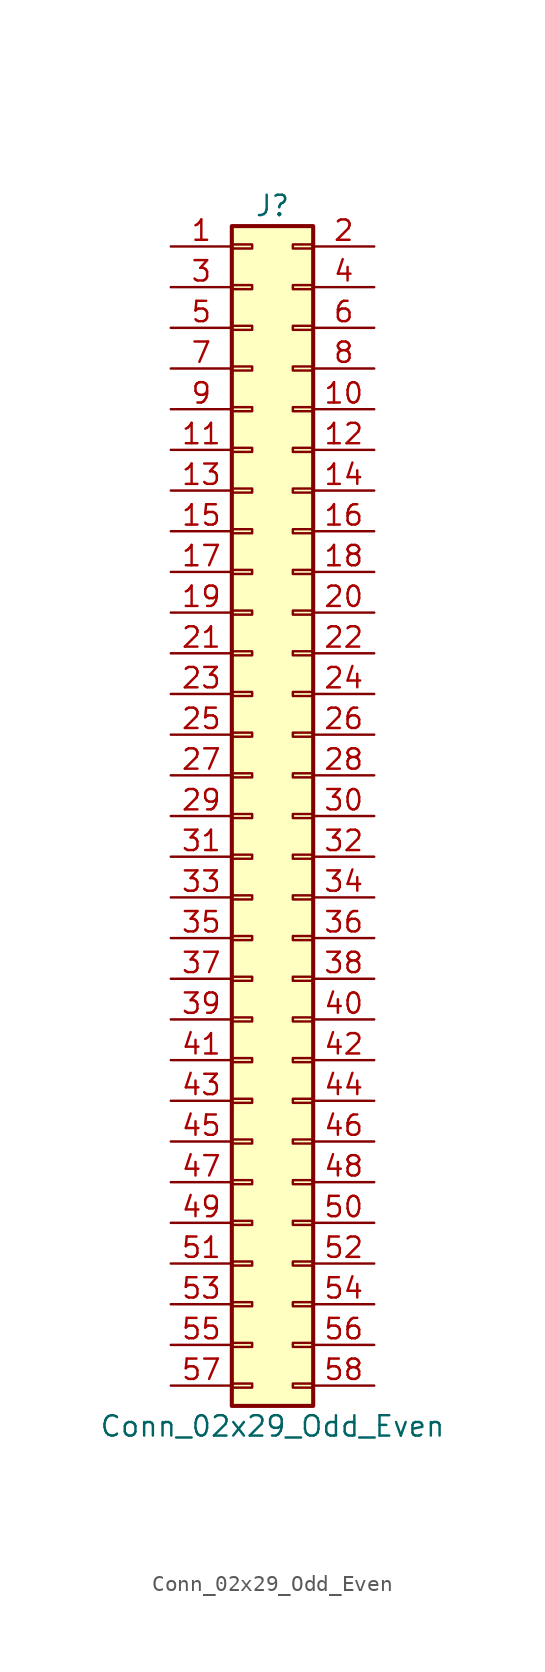
<source format=kicad_sym>
(kicad_symbol_lib
  (version 20201005)
  (generator kicad_symbol_editor)
  (symbol "Conn_02x29_Odd_Even"
    (pin_names
      (offset 1.016) hide)
    (property "Reference" "J"
      (at 1.27 38.1 0)
      (effects (font (size 1.27 1.27))))
    (property "Value" "Conn_02x29_Odd_Even"
      (at 1.27 -38.1 0)
      (effects (font (size 1.27 1.27))))
    (symbol "Conn_02x29_Odd_Even_1_1"
      (rectangle (start -1.27 -35.433) (end 0 -35.687) (stroke (width 0.152)) (fill (type none)))
      (rectangle (start -1.27 -32.893) (end 0 -33.147) (stroke (width 0.152)) (fill (type none)))
      (rectangle (start -1.27 -30.353) (end 0 -30.607) (stroke (width 0.152)) (fill (type none)))
      (rectangle (start -1.27 -27.813) (end 0 -28.067) (stroke (width 0.152)) (fill (type none)))
      (rectangle (start -1.27 -25.273) (end 0 -25.527) (stroke (width 0.152)) (fill (type none)))
      (rectangle (start -1.27 -22.733) (end 0 -22.987) (stroke (width 0.152)) (fill (type none)))
      (rectangle (start -1.27 -20.193) (end 0 -20.447) (stroke (width 0.152)) (fill (type none)))
      (rectangle (start -1.27 -17.653) (end 0 -17.907) (stroke (width 0.152)) (fill (type none)))
      (rectangle (start -1.27 -15.113) (end 0 -15.367) (stroke (width 0.152)) (fill (type none)))
      (rectangle (start -1.27 -12.573) (end 0 -12.827) (stroke (width 0.152)) (fill (type none)))
      (rectangle (start -1.27 -10.033) (end 0 -10.287) (stroke (width 0.152)) (fill (type none)))
      (rectangle (start -1.27 -7.493) (end 0 -7.747) (stroke (width 0.152)) (fill (type none)))
      (rectangle (start -1.27 -4.953) (end 0 -5.207) (stroke (width 0.152)) (fill (type none)))
      (rectangle (start -1.27 -2.413) (end 0 -2.667) (stroke (width 0.152)) (fill (type none)))
      (rectangle (start -1.27 0.127) (end 0 -0.127) (stroke (width 0.152)) (fill (type none)))
      (rectangle (start -1.27 2.667) (end 0 2.413) (stroke (width 0.152)) (fill (type none)))
      (rectangle (start -1.27 5.207) (end 0 4.953) (stroke (width 0.152)) (fill (type none)))
      (rectangle (start -1.27 7.747) (end 0 7.493) (stroke (width 0.152)) (fill (type none)))
      (rectangle (start -1.27 10.287) (end 0 10.033) (stroke (width 0.152)) (fill (type none)))
      (rectangle (start -1.27 12.827) (end 0 12.573) (stroke (width 0.152)) (fill (type none)))
      (rectangle (start -1.27 15.367) (end 0 15.113) (stroke (width 0.152)) (fill (type none)))
      (rectangle (start -1.27 17.907) (end 0 17.653) (stroke (width 0.152)) (fill (type none)))
      (rectangle (start -1.27 20.447) (end 0 20.193) (stroke (width 0.152)) (fill (type none)))
      (rectangle (start -1.27 22.987) (end 0 22.733) (stroke (width 0.152)) (fill (type none)))
      (rectangle (start -1.27 25.527) (end 0 25.273) (stroke (width 0.152)) (fill (type none)))
      (rectangle (start -1.27 28.067) (end 0 27.813) (stroke (width 0.152)) (fill (type none)))
      (rectangle (start -1.27 30.607) (end 0 30.353) (stroke (width 0.152)) (fill (type none)))
      (rectangle (start -1.27 33.147) (end 0 32.893) (stroke (width 0.152)) (fill (type none)))
      (rectangle (start -1.27 35.687) (end 0 35.433) (stroke (width 0.152)) (fill (type none)))
      (rectangle (start -1.27 36.83) (end 3.81 -36.83) (stroke (width 0.254)) (fill (type background)))
      (rectangle (start 3.81 -35.433) (end 2.54 -35.687) (stroke (width 0.152)) (fill (type none)))
      (rectangle (start 3.81 -32.893) (end 2.54 -33.147) (stroke (width 0.152)) (fill (type none)))
      (rectangle (start 3.81 -30.353) (end 2.54 -30.607) (stroke (width 0.152)) (fill (type none)))
      (rectangle (start 3.81 -27.813) (end 2.54 -28.067) (stroke (width 0.152)) (fill (type none)))
      (rectangle (start 3.81 -25.273) (end 2.54 -25.527) (stroke (width 0.152)) (fill (type none)))
      (rectangle (start 3.81 -22.733) (end 2.54 -22.987) (stroke (width 0.152)) (fill (type none)))
      (rectangle (start 3.81 -20.193) (end 2.54 -20.447) (stroke (width 0.152)) (fill (type none)))
      (rectangle (start 3.81 -17.653) (end 2.54 -17.907) (stroke (width 0.152)) (fill (type none)))
      (rectangle (start 3.81 -15.113) (end 2.54 -15.367) (stroke (width 0.152)) (fill (type none)))
      (rectangle (start 3.81 -12.573) (end 2.54 -12.827) (stroke (width 0.152)) (fill (type none)))
      (rectangle (start 3.81 -10.033) (end 2.54 -10.287) (stroke (width 0.152)) (fill (type none)))
      (rectangle (start 3.81 -7.493) (end 2.54 -7.747) (stroke (width 0.152)) (fill (type none)))
      (rectangle (start 3.81 -4.953) (end 2.54 -5.207) (stroke (width 0.152)) (fill (type none)))
      (rectangle (start 3.81 -2.413) (end 2.54 -2.667) (stroke (width 0.152)) (fill (type none)))
      (rectangle (start 3.81 0.127) (end 2.54 -0.127) (stroke (width 0.152)) (fill (type none)))
      (rectangle (start 3.81 2.667) (end 2.54 2.413) (stroke (width 0.152)) (fill (type none)))
      (rectangle (start 3.81 5.207) (end 2.54 4.953) (stroke (width 0.152)) (fill (type none)))
      (rectangle (start 3.81 7.747) (end 2.54 7.493) (stroke (width 0.152)) (fill (type none)))
      (rectangle (start 3.81 10.287) (end 2.54 10.033) (stroke (width 0.152)) (fill (type none)))
      (rectangle (start 3.81 12.827) (end 2.54 12.573) (stroke (width 0.152)) (fill (type none)))
      (rectangle (start 3.81 15.367) (end 2.54 15.113) (stroke (width 0.152)) (fill (type none)))
      (rectangle (start 3.81 17.907) (end 2.54 17.653) (stroke (width 0.152)) (fill (type none)))
      (rectangle (start 3.81 20.447) (end 2.54 20.193) (stroke (width 0.152)) (fill (type none)))
      (rectangle (start 3.81 22.987) (end 2.54 22.733) (stroke (width 0.152)) (fill (type none)))
      (rectangle (start 3.81 25.527) (end 2.54 25.273) (stroke (width 0.152)) (fill (type none)))
      (rectangle (start 3.81 28.067) (end 2.54 27.813) (stroke (width 0.152)) (fill (type none)))
      (rectangle (start 3.81 30.607) (end 2.54 30.353) (stroke (width 0.152)) (fill (type none)))
      (rectangle (start 3.81 33.147) (end 2.54 32.893) (stroke (width 0.152)) (fill (type none)))
      (rectangle (start 3.81 35.687) (end 2.54 35.433) (stroke (width 0.152)) (fill (type none)))
      (pin passive line (at -5.08 35.56 0) (length 3.81) (name "Pin_1" (effects (font (size 1.27 1.27)))) (number "1" (effects (font (size 1.27 1.27)))))
      (pin passive line (at 7.62 25.4 180) (length 3.81) (name "Pin_10" (effects (font (size 1.27 1.27)))) (number "10" (effects (font (size 1.27 1.27)))))
      (pin passive line (at -5.08 22.86 0) (length 3.81) (name "Pin_11" (effects (font (size 1.27 1.27)))) (number "11" (effects (font (size 1.27 1.27)))))
      (pin passive line (at 7.62 22.86 180) (length 3.81) (name "Pin_12" (effects (font (size 1.27 1.27)))) (number "12" (effects (font (size 1.27 1.27)))))
      (pin passive line (at -5.08 20.32 0) (length 3.81) (name "Pin_13" (effects (font (size 1.27 1.27)))) (number "13" (effects (font (size 1.27 1.27)))))
      (pin passive line (at 7.62 20.32 180) (length 3.81) (name "Pin_14" (effects (font (size 1.27 1.27)))) (number "14" (effects (font (size 1.27 1.27)))))
      (pin passive line (at -5.08 17.78 0) (length 3.81) (name "Pin_15" (effects (font (size 1.27 1.27)))) (number "15" (effects (font (size 1.27 1.27)))))
      (pin passive line (at 7.62 17.78 180) (length 3.81) (name "Pin_16" (effects (font (size 1.27 1.27)))) (number "16" (effects (font (size 1.27 1.27)))))
      (pin passive line (at -5.08 15.24 0) (length 3.81) (name "Pin_17" (effects (font (size 1.27 1.27)))) (number "17" (effects (font (size 1.27 1.27)))))
      (pin passive line (at 7.62 15.24 180) (length 3.81) (name "Pin_18" (effects (font (size 1.27 1.27)))) (number "18" (effects (font (size 1.27 1.27)))))
      (pin passive line (at -5.08 12.7 0) (length 3.81) (name "Pin_19" (effects (font (size 1.27 1.27)))) (number "19" (effects (font (size 1.27 1.27)))))
      (pin passive line (at 7.62 35.56 180) (length 3.81) (name "Pin_2" (effects (font (size 1.27 1.27)))) (number "2" (effects (font (size 1.27 1.27)))))
      (pin passive line (at 7.62 12.7 180) (length 3.81) (name "Pin_20" (effects (font (size 1.27 1.27)))) (number "20" (effects (font (size 1.27 1.27)))))
      (pin passive line (at -5.08 10.16 0) (length 3.81) (name "Pin_21" (effects (font (size 1.27 1.27)))) (number "21" (effects (font (size 1.27 1.27)))))
      (pin passive line (at 7.62 10.16 180) (length 3.81) (name "Pin_22" (effects (font (size 1.27 1.27)))) (number "22" (effects (font (size 1.27 1.27)))))
      (pin passive line (at -5.08 7.62 0) (length 3.81) (name "Pin_23" (effects (font (size 1.27 1.27)))) (number "23" (effects (font (size 1.27 1.27)))))
      (pin passive line (at 7.62 7.62 180) (length 3.81) (name "Pin_24" (effects (font (size 1.27 1.27)))) (number "24" (effects (font (size 1.27 1.27)))))
      (pin passive line (at -5.08 5.08 0) (length 3.81) (name "Pin_25" (effects (font (size 1.27 1.27)))) (number "25" (effects (font (size 1.27 1.27)))))
      (pin passive line (at 7.62 5.08 180) (length 3.81) (name "Pin_26" (effects (font (size 1.27 1.27)))) (number "26" (effects (font (size 1.27 1.27)))))
      (pin passive line (at -5.08 2.54 0) (length 3.81) (name "Pin_27" (effects (font (size 1.27 1.27)))) (number "27" (effects (font (size 1.27 1.27)))))
      (pin passive line (at 7.62 2.54 180) (length 3.81) (name "Pin_28" (effects (font (size 1.27 1.27)))) (number "28" (effects (font (size 1.27 1.27)))))
      (pin passive line (at -5.08 0 0) (length 3.81) (name "Pin_29" (effects (font (size 1.27 1.27)))) (number "29" (effects (font (size 1.27 1.27)))))
      (pin passive line (at -5.08 33.02 0) (length 3.81) (name "Pin_3" (effects (font (size 1.27 1.27)))) (number "3" (effects (font (size 1.27 1.27)))))
      (pin passive line (at 7.62 0 180) (length 3.81) (name "Pin_30" (effects (font (size 1.27 1.27)))) (number "30" (effects (font (size 1.27 1.27)))))
      (pin passive line (at -5.08 -2.54 0) (length 3.81) (name "Pin_31" (effects (font (size 1.27 1.27)))) (number "31" (effects (font (size 1.27 1.27)))))
      (pin passive line (at 7.62 -2.54 180) (length 3.81) (name "Pin_32" (effects (font (size 1.27 1.27)))) (number "32" (effects (font (size 1.27 1.27)))))
      (pin passive line (at -5.08 -5.08 0) (length 3.81) (name "Pin_33" (effects (font (size 1.27 1.27)))) (number "33" (effects (font (size 1.27 1.27)))))
      (pin passive line (at 7.62 -5.08 180) (length 3.81) (name "Pin_34" (effects (font (size 1.27 1.27)))) (number "34" (effects (font (size 1.27 1.27)))))
      (pin passive line (at -5.08 -7.62 0) (length 3.81) (name "Pin_35" (effects (font (size 1.27 1.27)))) (number "35" (effects (font (size 1.27 1.27)))))
      (pin passive line (at 7.62 -7.62 180) (length 3.81) (name "Pin_36" (effects (font (size 1.27 1.27)))) (number "36" (effects (font (size 1.27 1.27)))))
      (pin passive line (at -5.08 -10.16 0) (length 3.81) (name "Pin_37" (effects (font (size 1.27 1.27)))) (number "37" (effects (font (size 1.27 1.27)))))
      (pin passive line (at 7.62 -10.16 180) (length 3.81) (name "Pin_38" (effects (font (size 1.27 1.27)))) (number "38" (effects (font (size 1.27 1.27)))))
      (pin passive line (at -5.08 -12.7 0) (length 3.81) (name "Pin_39" (effects (font (size 1.27 1.27)))) (number "39" (effects (font (size 1.27 1.27)))))
      (pin passive line (at 7.62 33.02 180) (length 3.81) (name "Pin_4" (effects (font (size 1.27 1.27)))) (number "4" (effects (font (size 1.27 1.27)))))
      (pin passive line (at 7.62 -12.7 180) (length 3.81) (name "Pin_40" (effects (font (size 1.27 1.27)))) (number "40" (effects (font (size 1.27 1.27)))))
      (pin passive line (at -5.08 -15.24 0) (length 3.81) (name "Pin_41" (effects (font (size 1.27 1.27)))) (number "41" (effects (font (size 1.27 1.27)))))
      (pin passive line (at 7.62 -15.24 180) (length 3.81) (name "Pin_42" (effects (font (size 1.27 1.27)))) (number "42" (effects (font (size 1.27 1.27)))))
      (pin passive line (at -5.08 -17.78 0) (length 3.81) (name "Pin_43" (effects (font (size 1.27 1.27)))) (number "43" (effects (font (size 1.27 1.27)))))
      (pin passive line (at 7.62 -17.78 180) (length 3.81) (name "Pin_44" (effects (font (size 1.27 1.27)))) (number "44" (effects (font (size 1.27 1.27)))))
      (pin passive line (at -5.08 -20.32 0) (length 3.81) (name "Pin_45" (effects (font (size 1.27 1.27)))) (number "45" (effects (font (size 1.27 1.27)))))
      (pin passive line (at 7.62 -20.32 180) (length 3.81) (name "Pin_46" (effects (font (size 1.27 1.27)))) (number "46" (effects (font (size 1.27 1.27)))))
      (pin passive line (at -5.08 -22.86 0) (length 3.81) (name "Pin_47" (effects (font (size 1.27 1.27)))) (number "47" (effects (font (size 1.27 1.27)))))
      (pin passive line (at 7.62 -22.86 180) (length 3.81) (name "Pin_48" (effects (font (size 1.27 1.27)))) (number "48" (effects (font (size 1.27 1.27)))))
      (pin passive line (at -5.08 -25.4 0) (length 3.81) (name "Pin_49" (effects (font (size 1.27 1.27)))) (number "49" (effects (font (size 1.27 1.27)))))
      (pin passive line (at -5.08 30.48 0) (length 3.81) (name "Pin_5" (effects (font (size 1.27 1.27)))) (number "5" (effects (font (size 1.27 1.27)))))
      (pin passive line (at 7.62 -25.4 180) (length 3.81) (name "Pin_50" (effects (font (size 1.27 1.27)))) (number "50" (effects (font (size 1.27 1.27)))))
      (pin passive line (at -5.08 -27.94 0) (length 3.81) (name "Pin_51" (effects (font (size 1.27 1.27)))) (number "51" (effects (font (size 1.27 1.27)))))
      (pin passive line (at 7.62 -27.94 180) (length 3.81) (name "Pin_52" (effects (font (size 1.27 1.27)))) (number "52" (effects (font (size 1.27 1.27)))))
      (pin passive line (at -5.08 -30.48 0) (length 3.81) (name "Pin_53" (effects (font (size 1.27 1.27)))) (number "53" (effects (font (size 1.27 1.27)))))
      (pin passive line (at 7.62 -30.48 180) (length 3.81) (name "Pin_54" (effects (font (size 1.27 1.27)))) (number "54" (effects (font (size 1.27 1.27)))))
      (pin passive line (at -5.08 -33.02 0) (length 3.81) (name "Pin_55" (effects (font (size 1.27 1.27)))) (number "55" (effects (font (size 1.27 1.27)))))
      (pin passive line (at 7.62 -33.02 180) (length 3.81) (name "Pin_56" (effects (font (size 1.27 1.27)))) (number "56" (effects (font (size 1.27 1.27)))))
      (pin passive line (at -5.08 -35.56 0) (length 3.81) (name "Pin_57" (effects (font (size 1.27 1.27)))) (number "57" (effects (font (size 1.27 1.27)))))
      (pin passive line (at 7.62 -35.56 180) (length 3.81) (name "Pin_58" (effects (font (size 1.27 1.27)))) (number "58" (effects (font (size 1.27 1.27)))))
      (pin passive line (at 7.62 30.48 180) (length 3.81) (name "Pin_6" (effects (font (size 1.27 1.27)))) (number "6" (effects (font (size 1.27 1.27)))))
      (pin passive line (at -5.08 27.94 0) (length 3.81) (name "Pin_7" (effects (font (size 1.27 1.27)))) (number "7" (effects (font (size 1.27 1.27)))))
      (pin passive line (at 7.62 27.94 180) (length 3.81) (name "Pin_8" (effects (font (size 1.27 1.27)))) (number "8" (effects (font (size 1.27 1.27)))))
      (pin passive line (at -5.08 25.4 0) (length 3.81) (name "Pin_9" (effects (font (size 1.27 1.27)))) (number "9" (effects (font (size 1.27 1.27))))))))
</source>
